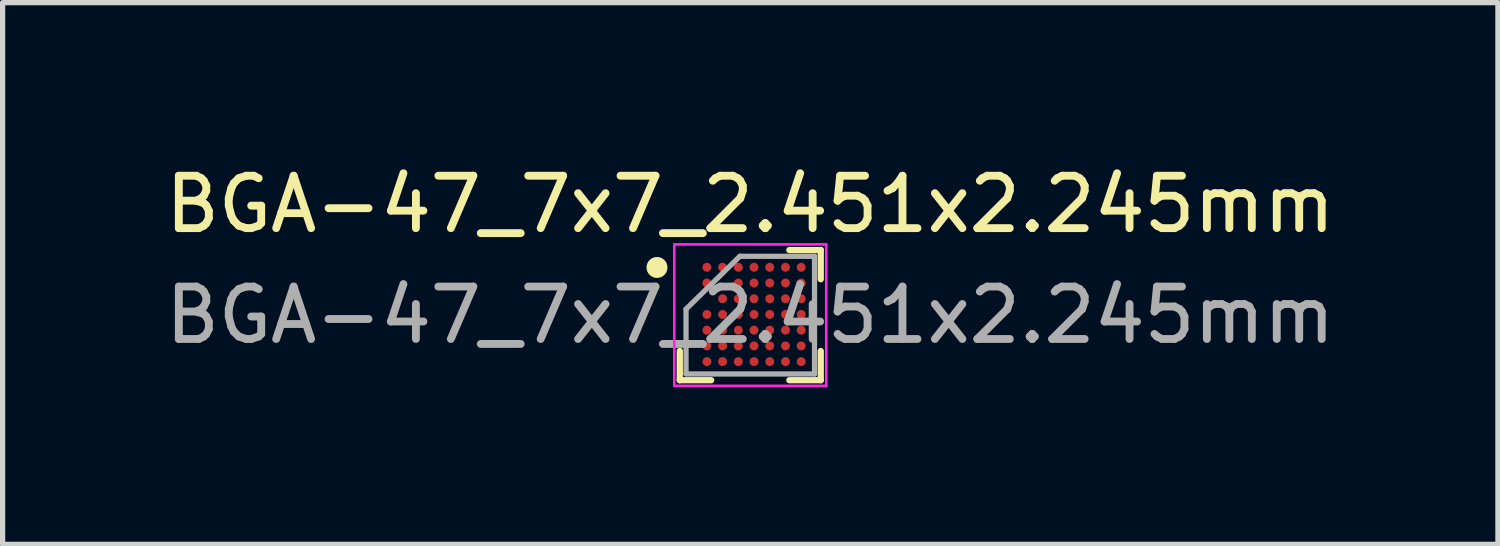
<source format=kicad_pcb>
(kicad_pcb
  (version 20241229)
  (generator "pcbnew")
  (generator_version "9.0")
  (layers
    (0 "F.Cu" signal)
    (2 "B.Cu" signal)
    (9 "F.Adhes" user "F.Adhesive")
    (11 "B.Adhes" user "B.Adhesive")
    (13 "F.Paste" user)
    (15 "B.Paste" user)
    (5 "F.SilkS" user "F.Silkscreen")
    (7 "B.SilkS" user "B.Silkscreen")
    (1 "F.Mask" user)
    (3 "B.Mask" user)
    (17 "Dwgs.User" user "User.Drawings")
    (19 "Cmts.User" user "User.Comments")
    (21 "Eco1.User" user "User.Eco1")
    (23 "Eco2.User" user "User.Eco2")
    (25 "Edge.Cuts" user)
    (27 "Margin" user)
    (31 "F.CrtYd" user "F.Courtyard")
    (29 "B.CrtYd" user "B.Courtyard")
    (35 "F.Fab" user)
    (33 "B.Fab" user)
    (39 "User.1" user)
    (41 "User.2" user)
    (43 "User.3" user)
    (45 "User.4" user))
  (footprint "BGA-47_7x7_2.451x2.245mm"
    (layer "F.Cu")
    (at 11.268 2.964)
    (property "Reference" "BGA-47_7x7_2.451x2.245mm" (at 0 -2.115 0) (unlocked yes) (layer "F.SilkS") (effects (font (size 1 1) (thickness 0.15))))
    (attr smd)
    (fp_line (start -1.345 1.242) (end -1.345 0.685) (stroke (width 0.12) (type default)) (layer "F.SilkS"))
    (fp_line (start -0.746 1.242) (end -1.345 1.242) (stroke (width 0.12) (type default)) (layer "F.SilkS"))
    (fp_line (start 0.746 -1.242) (end 1.345 -1.242) (stroke (width 0.12) (type default)) (layer "F.SilkS"))
    (fp_line (start 0.746 1.242) (end 1.345 1.242) (stroke (width 0.12) (type default)) (layer "F.SilkS"))
    (fp_line (start 1.345 -1.242) (end 1.345 -0.685) (stroke (width 0.12) (type default)) (layer "F.SilkS"))
    (fp_line (start 1.345 1.242) (end 1.345 0.685) (stroke (width 0.12) (type default)) (layer "F.SilkS"))
    (fp_circle (center -1.78 -0.91) (end -1.78 -0.81) (stroke (width 0.2) (type default)) (fill no) (layer "F.SilkS"))
    (fp_line (start -1.45 -1.35) (end 1.45 -1.35) (stroke (width 0.05) (type default)) (layer "F.CrtYd"))
    (fp_line (start -1.45 1.35) (end -1.45 -1.35) (stroke (width 0.05) (type default)) (layer "F.CrtYd"))
    (fp_line (start 1.45 -1.35) (end 1.45 1.35) (stroke (width 0.05) (type default)) (layer "F.CrtYd"))
    (fp_line (start 1.45 1.35) (end -1.45 1.35) (stroke (width 0.05) (type default)) (layer "F.CrtYd"))
    (fp_line (start -1.226 -0.115) (end -1.226 1.115) (stroke (width 0.1) (type default)) (layer "F.Fab"))
    (fp_line (start -1.226 1.123) (end 1.226 1.123) (stroke (width 0.1) (type default)) (layer "F.Fab"))
    (fp_line (start -0.199 -1.123) (end -1.226 -0.115) (stroke (width 0.1) (type default)) (layer "F.Fab"))
    (fp_line (start 1.226 -1.123) (end -0.199 -1.123) (stroke (width 0.1) (type default)) (layer "F.Fab"))
    (fp_line (start 1.226 1.123) (end 1.226 -1.123) (stroke (width 0.1) (type default)) (layer "F.Fab"))
    (fp_text user "${REFERENCE}" (at 0 0 0) (layer "F.Fab") (effects (font (size 1 1) (thickness 0.15))))
    (pad "A1" smd circle (at -0.828 -0.913) (size 0.17 0.17) (layers "F.Cu" "F.Mask" "F.Paste"))
    (pad "A2" smd circle (at -0.528 -0.913) (size 0.17 0.17) (layers "F.Cu" "F.Mask" "F.Paste"))
    (pad "A3" smd circle (at -0.228 -0.913) (size 0.17 0.17) (layers "F.Cu" "F.Mask" "F.Paste"))
    (pad "A4" smd circle (at 0.072 -0.913) (size 0.17 0.17) (layers "F.Cu" "F.Mask" "F.Paste"))
    (pad "A5" smd circle (at 0.372 -0.913) (size 0.17 0.17) (layers "F.Cu" "F.Mask" "F.Paste"))
    (pad "A6" smd circle (at 0.672 -0.913) (size 0.17 0.17) (layers "F.Cu" "F.Mask" "F.Paste"))
    (pad "A7" smd circle (at 0.972 -0.913) (size 0.17 0.17) (layers "F.Cu" "F.Mask" "F.Paste"))
    (pad "B1" smd circle (at -0.828 -0.613) (size 0.17 0.17) (layers "F.Cu" "F.Mask" "F.Paste"))
    (pad "B3" smd circle (at -0.228 -0.613) (size 0.17 0.17) (layers "F.Cu" "F.Mask" "F.Paste"))
    (pad "B4" smd circle (at 0.072 -0.613) (size 0.17 0.17) (layers "F.Cu" "F.Mask" "F.Paste"))
    (pad "B5" smd circle (at 0.372 -0.613) (size 0.17 0.17) (layers "F.Cu" "F.Mask" "F.Paste"))
    (pad "B6" smd circle (at 0.672 -0.613) (size 0.17 0.17) (layers "F.Cu" "F.Mask" "F.Paste"))
    (pad "B7" smd circle (at 0.972 -0.613) (size 0.17 0.17) (layers "F.Cu" "F.Mask" "F.Paste"))
    (pad "C2" smd circle (at -0.528 -0.313) (size 0.17 0.17) (layers "F.Cu" "F.Mask" "F.Paste"))
    (pad "C3" smd circle (at -0.228 -0.313) (size 0.17 0.17) (layers "F.Cu" "F.Mask" "F.Paste"))
    (pad "C4" smd circle (at 0.072 -0.313) (size 0.17 0.17) (layers "F.Cu" "F.Mask" "F.Paste"))
    (pad "C5" smd circle (at 0.372 -0.313) (size 0.17 0.17) (layers "F.Cu" "F.Mask" "F.Paste"))
    (pad "C6" smd circle (at 0.672 -0.313) (size 0.17 0.17) (layers "F.Cu" "F.Mask" "F.Paste"))
    (pad "C7" smd circle (at 0.972 -0.313) (size 0.17 0.17) (layers "F.Cu" "F.Mask" "F.Paste"))
    (pad "D1" smd circle (at -0.828 -0.013) (size 0.17 0.17) (layers "F.Cu" "F.Mask" "F.Paste"))
    (pad "D2" smd circle (at -0.528 -0.013) (size 0.17 0.17) (layers "F.Cu" "F.Mask" "F.Paste"))
    (pad "D3" smd circle (at -0.228 -0.013) (size 0.17 0.17) (layers "F.Cu" "F.Mask" "F.Paste"))
    (pad "D4" smd circle (at 0.072 -0.013) (size 0.17 0.17) (layers "F.Cu" "F.Mask" "F.Paste"))
    (pad "D5" smd circle (at 0.372 -0.013) (size 0.17 0.17) (layers "F.Cu" "F.Mask" "F.Paste"))
    (pad "D6" smd circle (at 0.672 -0.013) (size 0.17 0.17) (layers "F.Cu" "F.Mask" "F.Paste"))
    (pad "D7" smd circle (at 0.972 -0.013) (size 0.17 0.17) (layers "F.Cu" "F.Mask" "F.Paste"))
    (pad "E1" smd circle (at -0.828 0.287) (size 0.17 0.17) (layers "F.Cu" "F.Mask" "F.Paste"))
    (pad "E2" smd circle (at -0.528 0.287) (size 0.17 0.17) (layers "F.Cu" "F.Mask" "F.Paste"))
    (pad "E3" smd circle (at -0.228 0.287) (size 0.17 0.17) (layers "F.Cu" "F.Mask" "F.Paste"))
    (pad "E4" smd circle (at 0.072 0.287) (size 0.17 0.17) (layers "F.Cu" "F.Mask" "F.Paste"))
    (pad "E5" smd circle (at 0.372 0.287) (size 0.17 0.17) (layers "F.Cu" "F.Mask" "F.Paste"))
    (pad "E6" smd circle (at 0.672 0.287) (size 0.17 0.17) (layers "F.Cu" "F.Mask" "F.Paste"))
    (pad "E7" smd circle (at 0.972 0.287) (size 0.17 0.17) (layers "F.Cu" "F.Mask" "F.Paste"))
    (pad "F1" smd circle (at -0.828 0.587) (size 0.17 0.17) (layers "F.Cu" "F.Mask" "F.Paste"))
    (pad "F2" smd circle (at -0.528 0.587) (size 0.17 0.17) (layers "F.Cu" "F.Mask" "F.Paste"))
    (pad "F3" smd circle (at -0.228 0.587) (size 0.17 0.17) (layers "F.Cu" "F.Mask" "F.Paste"))
    (pad "F4" smd circle (at 0.072 0.587) (size 0.17 0.17) (layers "F.Cu" "F.Mask" "F.Paste"))
    (pad "F5" smd circle (at 0.372 0.587) (size 0.17 0.17) (layers "F.Cu" "F.Mask" "F.Paste"))
    (pad "F6" smd circle (at 0.672 0.587) (size 0.17 0.17) (layers "F.Cu" "F.Mask" "F.Paste"))
    (pad "F7" smd circle (at 0.972 0.587) (size 0.17 0.17) (layers "F.Cu" "F.Mask" "F.Paste"))
    (pad "G1" smd circle (at -0.828 0.887) (size 0.17 0.17) (layers "F.Cu" "F.Mask" "F.Paste"))
    (pad "G2" smd circle (at -0.528 0.887) (size 0.17 0.17) (layers "F.Cu" "F.Mask" "F.Paste"))
    (pad "G3" smd circle (at -0.228 0.887) (size 0.17 0.17) (layers "F.Cu" "F.Mask" "F.Paste"))
    (pad "G4" smd circle (at 0.072 0.887) (size 0.17 0.17) (layers "F.Cu" "F.Mask" "F.Paste"))
    (pad "G5" smd circle (at 0.372 0.887) (size 0.17 0.17) (layers "F.Cu" "F.Mask" "F.Paste"))
    (pad "G6" smd circle (at 0.672 0.887) (size 0.17 0.17) (layers "F.Cu" "F.Mask" "F.Paste"))
    (pad "G7" smd circle (at 0.972 0.887) (size 0.17 0.17) (layers "F.Cu" "F.Mask" "F.Paste")))
  (gr_rect
    (start -3 -3)
    (end 25.536 7.339)
    (stroke (width 0.1) (type default))
    (fill no)
    (layer "Edge.Cuts")))
</source>
